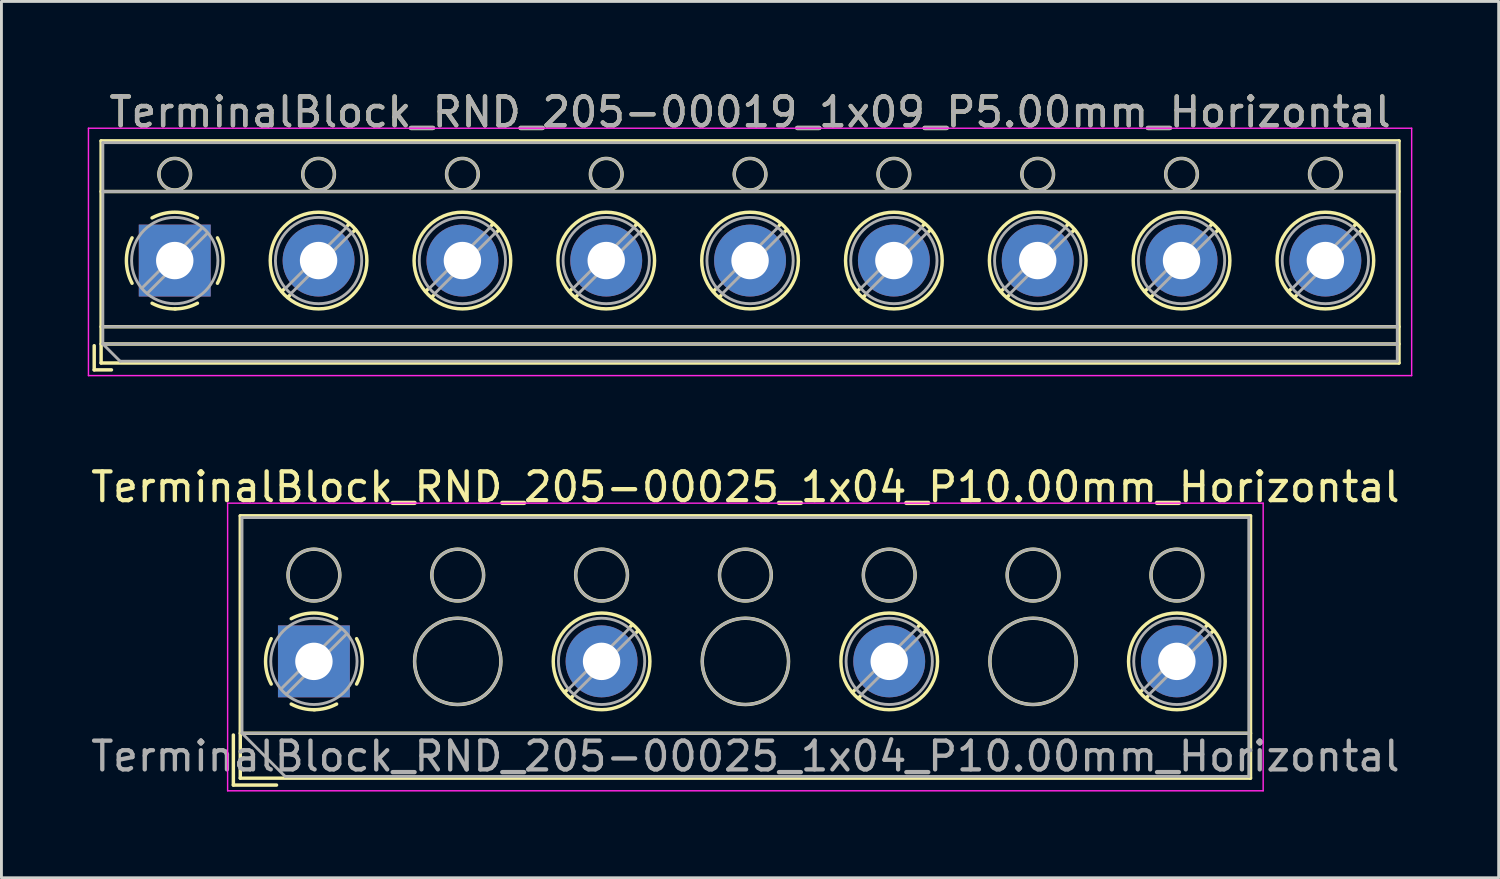
<source format=kicad_pcb>
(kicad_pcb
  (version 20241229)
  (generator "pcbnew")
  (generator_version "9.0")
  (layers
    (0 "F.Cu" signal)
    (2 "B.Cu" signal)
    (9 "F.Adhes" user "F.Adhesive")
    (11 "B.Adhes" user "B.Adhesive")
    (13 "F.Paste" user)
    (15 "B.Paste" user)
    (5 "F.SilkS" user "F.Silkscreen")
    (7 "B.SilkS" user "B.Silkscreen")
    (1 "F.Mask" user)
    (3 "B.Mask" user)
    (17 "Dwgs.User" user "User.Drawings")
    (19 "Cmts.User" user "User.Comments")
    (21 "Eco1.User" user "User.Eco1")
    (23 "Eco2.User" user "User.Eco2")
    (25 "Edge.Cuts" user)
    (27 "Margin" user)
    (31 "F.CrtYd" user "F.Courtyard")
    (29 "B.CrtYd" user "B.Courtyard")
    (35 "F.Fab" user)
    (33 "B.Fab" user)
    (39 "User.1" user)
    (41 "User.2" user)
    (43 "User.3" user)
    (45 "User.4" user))
  (footprint "TerminalBlock_RND_205-00025_1x04_P10.00mm_Horizontal"
    (layer "F.Cu")
    (at 7.863 19.942)
    (property "Reference" "TerminalBlock_RND_205-00025_1x04_P10.00mm_Horizontal" (at 15 -6.06 0) (layer "F.SilkS") (effects (font (size 1 1) (thickness 0.15))))
    (attr through_hole)
    (fp_line (start -2.8 2.56) (end -2.8 4.3) (stroke (width 0.12) (type solid)) (layer "F.SilkS"))
    (fp_line (start -2.8 4.3) (end -1.3 4.3) (stroke (width 0.12) (type solid)) (layer "F.SilkS"))
    (fp_line (start -2.56 -5.06) (end -2.56 4.06) (stroke (width 0.12) (type solid)) (layer "F.SilkS"))
    (fp_line (start -2.56 -5.06) (end 32.56 -5.06) (stroke (width 0.12) (type solid)) (layer "F.SilkS"))
    (fp_line (start -2.56 2.5) (end 32.56 2.5) (stroke (width 0.12) (type solid)) (layer "F.SilkS"))
    (fp_line (start -2.56 4.06) (end 32.56 4.06) (stroke (width 0.12) (type solid)) (layer "F.SilkS"))
    (fp_line (start 8.82 0.976) (end 8.726 1.069) (stroke (width 0.12) (type solid)) (layer "F.SilkS"))
    (fp_line (start 8.99 1.216) (end 8.931 1.274) (stroke (width 0.12) (type solid)) (layer "F.SilkS"))
    (fp_line (start 11.07 -1.275) (end 11.011 -1.216) (stroke (width 0.12) (type solid)) (layer "F.SilkS"))
    (fp_line (start 11.275 -1.069) (end 11.181 -0.976) (stroke (width 0.12) (type solid)) (layer "F.SilkS"))
    (fp_line (start 18.82 0.976) (end 18.726 1.069) (stroke (width 0.12) (type solid)) (layer "F.SilkS"))
    (fp_line (start 18.99 1.216) (end 18.931 1.274) (stroke (width 0.12) (type solid)) (layer "F.SilkS"))
    (fp_line (start 21.07 -1.275) (end 21.011 -1.216) (stroke (width 0.12) (type solid)) (layer "F.SilkS"))
    (fp_line (start 21.275 -1.069) (end 21.181 -0.976) (stroke (width 0.12) (type solid)) (layer "F.SilkS"))
    (fp_line (start 28.82 0.976) (end 28.726 1.069) (stroke (width 0.12) (type solid)) (layer "F.SilkS"))
    (fp_line (start 28.99 1.216) (end 28.931 1.274) (stroke (width 0.12) (type solid)) (layer "F.SilkS"))
    (fp_line (start 31.07 -1.275) (end 31.011 -1.216) (stroke (width 0.12) (type solid)) (layer "F.SilkS"))
    (fp_line (start 31.275 -1.069) (end 31.181 -0.976) (stroke (width 0.12) (type solid)) (layer "F.SilkS"))
    (fp_line (start 32.56 -5.06) (end 32.56 4.06) (stroke (width 0.12) (type solid)) (layer "F.SilkS"))
    (fp_arc (start -1.483953 0.789089) (mid -1.680708 0.00005) (end -1.484 -0.789) (stroke (width 0.12) (type solid)) (layer "F.SilkS"))
    (fp_arc (start -0.789089 -1.483953) (mid -0.00005 -1.680708) (end 0.789 -1.484) (stroke (width 0.12) (type solid)) (layer "F.SilkS"))
    (fp_arc (start 0.029383 1.68045) (mid -0.392304 1.634281) (end -0.789 1.484) (stroke (width 0.12) (type solid)) (layer "F.SilkS"))
    (fp_arc (start 0.788712 1.483352) (mid 0.406429 1.630097) (end 0 1.68) (stroke (width 0.12) (type solid)) (layer "F.SilkS"))
    (fp_arc (start 1.483953 -0.789089) (mid 1.680708 -0.00005) (end 1.484 0.789) (stroke (width 0.12) (type solid)) (layer "F.SilkS"))
    (fp_circle (center 0 -3) (end 0.9 -3) (stroke (width 0.12) (type solid)) (fill no) (layer "F.SilkS"))
    (fp_circle (center 5 -3) (end 5.9 -3) (stroke (width 0.12) (type solid)) (fill no) (layer "F.SilkS"))
    (fp_circle (center 5 0) (end 6.5 0) (stroke (width 0.12) (type solid)) (fill no) (layer "F.SilkS"))
    (fp_circle (center 10 -3) (end 10.9 -3) (stroke (width 0.12) (type solid)) (fill no) (layer "F.SilkS"))
    (fp_circle (center 10 0) (end 11.68 0) (stroke (width 0.12) (type solid)) (fill no) (layer "F.SilkS"))
    (fp_circle (center 15 -3) (end 15.9 -3) (stroke (width 0.12) (type solid)) (fill no) (layer "F.SilkS"))
    (fp_circle (center 15 0) (end 16.5 0) (stroke (width 0.12) (type solid)) (fill no) (layer "F.SilkS"))
    (fp_circle (center 20 -3) (end 20.9 -3) (stroke (width 0.12) (type solid)) (fill no) (layer "F.SilkS"))
    (fp_circle (center 20 0) (end 21.68 0) (stroke (width 0.12) (type solid)) (fill no) (layer "F.SilkS"))
    (fp_circle (center 25 -3) (end 25.9 -3) (stroke (width 0.12) (type solid)) (fill no) (layer "F.SilkS"))
    (fp_circle (center 25 0) (end 26.5 0) (stroke (width 0.12) (type solid)) (fill no) (layer "F.SilkS"))
    (fp_circle (center 30 -3) (end 30.9 -3) (stroke (width 0.12) (type solid)) (fill no) (layer "F.SilkS"))
    (fp_circle (center 30 0) (end 31.68 0) (stroke (width 0.12) (type solid)) (fill no) (layer "F.SilkS"))
    (fp_line (start -3 -5.5) (end -3 4.5) (stroke (width 0.05) (type solid)) (layer "F.CrtYd"))
    (fp_line (start -3 4.5) (end 33 4.5) (stroke (width 0.05) (type solid)) (layer "F.CrtYd"))
    (fp_line (start 33 -5.5) (end -3 -5.5) (stroke (width 0.05) (type solid)) (layer "F.CrtYd"))
    (fp_line (start 33 4.5) (end 33 -5.5) (stroke (width 0.05) (type solid)) (layer "F.CrtYd"))
    (fp_line (start -2.5 -5) (end 32.5 -5) (stroke (width 0.1) (type solid)) (layer "F.Fab"))
    (fp_line (start -2.5 2.5) (end -2.5 -5) (stroke (width 0.1) (type solid)) (layer "F.Fab"))
    (fp_line (start -2.5 2.5) (end 32.5 2.5) (stroke (width 0.1) (type solid)) (layer "F.Fab"))
    (fp_line (start -1 4) (end -2.5 2.5) (stroke (width 0.1) (type solid)) (layer "F.Fab"))
    (fp_line (start 0.955 -1.138) (end -1.138 0.955) (stroke (width 0.1) (type solid)) (layer "F.Fab"))
    (fp_line (start 1.138 -0.955) (end -0.955 1.138) (stroke (width 0.1) (type solid)) (layer "F.Fab"))
    (fp_line (start 10.955 -1.138) (end 8.863 0.955) (stroke (width 0.1) (type solid)) (layer "F.Fab"))
    (fp_line (start 11.138 -0.955) (end 9.046 1.138) (stroke (width 0.1) (type solid)) (layer "F.Fab"))
    (fp_line (start 20.955 -1.138) (end 18.863 0.955) (stroke (width 0.1) (type solid)) (layer "F.Fab"))
    (fp_line (start 21.138 -0.955) (end 19.046 1.138) (stroke (width 0.1) (type solid)) (layer "F.Fab"))
    (fp_line (start 30.955 -1.138) (end 28.863 0.955) (stroke (width 0.1) (type solid)) (layer "F.Fab"))
    (fp_line (start 31.138 -0.955) (end 29.046 1.138) (stroke (width 0.1) (type solid)) (layer "F.Fab"))
    (fp_line (start 32.5 -5) (end 32.5 4) (stroke (width 0.1) (type solid)) (layer "F.Fab"))
    (fp_line (start 32.5 4) (end -1 4) (stroke (width 0.1) (type solid)) (layer "F.Fab"))
    (fp_circle (center 0 -3) (end 0.9 -3) (stroke (width 0.1) (type solid)) (fill no) (layer "F.Fab"))
    (fp_circle (center 0 0) (end 1.5 0) (stroke (width 0.1) (type solid)) (fill no) (layer "F.Fab"))
    (fp_circle (center 5 -3) (end 5.9 -3) (stroke (width 0.1) (type solid)) (fill no) (layer "F.Fab"))
    (fp_circle (center 5 0) (end 6.5 0) (stroke (width 0.1) (type solid)) (fill no) (layer "F.Fab"))
    (fp_circle (center 10 -3) (end 10.9 -3) (stroke (width 0.1) (type solid)) (fill no) (layer "F.Fab"))
    (fp_circle (center 10 0) (end 11.5 0) (stroke (width 0.1) (type solid)) (fill no) (layer "F.Fab"))
    (fp_circle (center 15 -3) (end 15.9 -3) (stroke (width 0.1) (type solid)) (fill no) (layer "F.Fab"))
    (fp_circle (center 15 0) (end 16.5 0) (stroke (width 0.1) (type solid)) (fill no) (layer "F.Fab"))
    (fp_circle (center 20 -3) (end 20.9 -3) (stroke (width 0.1) (type solid)) (fill no) (layer "F.Fab"))
    (fp_circle (center 20 0) (end 21.5 0) (stroke (width 0.1) (type solid)) (fill no) (layer "F.Fab"))
    (fp_circle (center 25 -3) (end 25.9 -3) (stroke (width 0.1) (type solid)) (fill no) (layer "F.Fab"))
    (fp_circle (center 25 0) (end 26.5 0) (stroke (width 0.1) (type solid)) (fill no) (layer "F.Fab"))
    (fp_circle (center 30 -3) (end 30.9 -3) (stroke (width 0.1) (type solid)) (fill no) (layer "F.Fab"))
    (fp_circle (center 30 0) (end 31.5 0) (stroke (width 0.1) (type solid)) (fill no) (layer "F.Fab"))
    (fp_text user "${REFERENCE}" (at 15 3.3 0) (layer "F.Fab") (effects (font (size 1 1) (thickness 0.15))))
    (pad "1" thru_hole rect (at 0 0) (size 2.5 2.5) (drill 1.3) (layers "*.Cu" "*.Mask"))
    (pad "2" thru_hole circle (at 10 0) (size 2.5 2.5) (drill 1.3) (layers "*.Cu" "*.Mask"))
    (pad "3" thru_hole circle (at 20 0) (size 2.5 2.5) (drill 1.3) (layers "*.Cu" "*.Mask"))
    (pad "4" thru_hole circle (at 30 0) (size 2.5 2.5) (drill 1.3) (layers "*.Cu" "*.Mask")))
  (footprint "TerminalBlock_RND_205-00019_1x09_P5.00mm_Horizontal"
    (layer "F.Cu")
    (at 3.025 6.008)
    (property "Reference" "TerminalBlock_RND_205-00019_1x09_P5.00mm_Horizontal" (at 20 -5.16 0) (layer "F.SilkS") (effects (font (size 1 1) (thickness 0.15))))
    (attr through_hole)
    (fp_line (start -2.8 2.96) (end -2.8 3.8) (stroke (width 0.12) (type solid)) (layer "F.SilkS"))
    (fp_line (start -2.8 3.8) (end -2.2 3.8) (stroke (width 0.12) (type solid)) (layer "F.SilkS"))
    (fp_line (start -2.56 -4.16) (end -2.56 3.561) (stroke (width 0.12) (type solid)) (layer "F.SilkS"))
    (fp_line (start -2.56 -4.16) (end 42.56 -4.16) (stroke (width 0.12) (type solid)) (layer "F.SilkS"))
    (fp_line (start -2.56 -2.4) (end 42.56 -2.4) (stroke (width 0.12) (type solid)) (layer "F.SilkS"))
    (fp_line (start -2.56 2.3) (end 42.56 2.3) (stroke (width 0.12) (type solid)) (layer "F.SilkS"))
    (fp_line (start -2.56 2.9) (end 42.56 2.9) (stroke (width 0.12) (type solid)) (layer "F.SilkS"))
    (fp_line (start -2.56 3.561) (end 42.56 3.561) (stroke (width 0.12) (type solid)) (layer "F.SilkS"))
    (fp_line (start 3.82 0.976) (end 3.726 1.069) (stroke (width 0.12) (type solid)) (layer "F.SilkS"))
    (fp_line (start 3.99 1.216) (end 3.931 1.274) (stroke (width 0.12) (type solid)) (layer "F.SilkS"))
    (fp_line (start 6.07 -1.275) (end 6.011 -1.216) (stroke (width 0.12) (type solid)) (layer "F.SilkS"))
    (fp_line (start 6.275 -1.069) (end 6.181 -0.976) (stroke (width 0.12) (type solid)) (layer "F.SilkS"))
    (fp_line (start 8.82 0.976) (end 8.726 1.069) (stroke (width 0.12) (type solid)) (layer "F.SilkS"))
    (fp_line (start 8.99 1.216) (end 8.931 1.274) (stroke (width 0.12) (type solid)) (layer "F.SilkS"))
    (fp_line (start 11.07 -1.275) (end 11.011 -1.216) (stroke (width 0.12) (type solid)) (layer "F.SilkS"))
    (fp_line (start 11.275 -1.069) (end 11.181 -0.976) (stroke (width 0.12) (type solid)) (layer "F.SilkS"))
    (fp_line (start 13.82 0.976) (end 13.726 1.069) (stroke (width 0.12) (type solid)) (layer "F.SilkS"))
    (fp_line (start 13.99 1.216) (end 13.931 1.274) (stroke (width 0.12) (type solid)) (layer "F.SilkS"))
    (fp_line (start 16.07 -1.275) (end 16.011 -1.216) (stroke (width 0.12) (type solid)) (layer "F.SilkS"))
    (fp_line (start 16.275 -1.069) (end 16.181 -0.976) (stroke (width 0.12) (type solid)) (layer "F.SilkS"))
    (fp_line (start 18.82 0.976) (end 18.726 1.069) (stroke (width 0.12) (type solid)) (layer "F.SilkS"))
    (fp_line (start 18.99 1.216) (end 18.931 1.274) (stroke (width 0.12) (type solid)) (layer "F.SilkS"))
    (fp_line (start 21.07 -1.275) (end 21.011 -1.216) (stroke (width 0.12) (type solid)) (layer "F.SilkS"))
    (fp_line (start 21.275 -1.069) (end 21.181 -0.976) (stroke (width 0.12) (type solid)) (layer "F.SilkS"))
    (fp_line (start 23.82 0.976) (end 23.726 1.069) (stroke (width 0.12) (type solid)) (layer "F.SilkS"))
    (fp_line (start 23.99 1.216) (end 23.931 1.274) (stroke (width 0.12) (type solid)) (layer "F.SilkS"))
    (fp_line (start 26.07 -1.275) (end 26.011 -1.216) (stroke (width 0.12) (type solid)) (layer "F.SilkS"))
    (fp_line (start 26.275 -1.069) (end 26.181 -0.976) (stroke (width 0.12) (type solid)) (layer "F.SilkS"))
    (fp_line (start 28.82 0.976) (end 28.726 1.069) (stroke (width 0.12) (type solid)) (layer "F.SilkS"))
    (fp_line (start 28.99 1.216) (end 28.931 1.274) (stroke (width 0.12) (type solid)) (layer "F.SilkS"))
    (fp_line (start 31.07 -1.275) (end 31.011 -1.216) (stroke (width 0.12) (type solid)) (layer "F.SilkS"))
    (fp_line (start 31.275 -1.069) (end 31.181 -0.976) (stroke (width 0.12) (type solid)) (layer "F.SilkS"))
    (fp_line (start 33.82 0.976) (end 33.726 1.069) (stroke (width 0.12) (type solid)) (layer "F.SilkS"))
    (fp_line (start 33.99 1.216) (end 33.931 1.274) (stroke (width 0.12) (type solid)) (layer "F.SilkS"))
    (fp_line (start 36.07 -1.275) (end 36.011 -1.216) (stroke (width 0.12) (type solid)) (layer "F.SilkS"))
    (fp_line (start 36.275 -1.069) (end 36.181 -0.976) (stroke (width 0.12) (type solid)) (layer "F.SilkS"))
    (fp_line (start 38.82 0.976) (end 38.726 1.069) (stroke (width 0.12) (type solid)) (layer "F.SilkS"))
    (fp_line (start 38.99 1.216) (end 38.931 1.274) (stroke (width 0.12) (type solid)) (layer "F.SilkS"))
    (fp_line (start 41.07 -1.275) (end 41.011 -1.216) (stroke (width 0.12) (type solid)) (layer "F.SilkS"))
    (fp_line (start 41.275 -1.069) (end 41.181 -0.976) (stroke (width 0.12) (type solid)) (layer "F.SilkS"))
    (fp_line (start 42.56 -4.16) (end 42.56 3.561) (stroke (width 0.12) (type solid)) (layer "F.SilkS"))
    (fp_arc (start -1.483953 0.789089) (mid -1.680708 0.00005) (end -1.484 -0.789) (stroke (width 0.12) (type solid)) (layer "F.SilkS"))
    (fp_arc (start -0.789089 -1.483953) (mid -0.00005 -1.680708) (end 0.789 -1.484) (stroke (width 0.12) (type solid)) (layer "F.SilkS"))
    (fp_arc (start 0.029383 1.68045) (mid -0.392304 1.634281) (end -0.789 1.484) (stroke (width 0.12) (type solid)) (layer "F.SilkS"))
    (fp_arc (start 0.788712 1.483352) (mid 0.406429 1.630097) (end 0 1.68) (stroke (width 0.12) (type solid)) (layer "F.SilkS"))
    (fp_arc (start 1.483953 -0.789089) (mid 1.680708 -0.00005) (end 1.484 0.789) (stroke (width 0.12) (type solid)) (layer "F.SilkS"))
    (fp_circle (center 0 -3) (end 0.55 -3) (stroke (width 0.12) (type solid)) (fill no) (layer "F.SilkS"))
    (fp_circle (center 5 -3) (end 5.55 -3) (stroke (width 0.12) (type solid)) (fill no) (layer "F.SilkS"))
    (fp_circle (center 5 0) (end 6.68 0) (stroke (width 0.12) (type solid)) (fill no) (layer "F.SilkS"))
    (fp_circle (center 10 -3) (end 10.55 -3) (stroke (width 0.12) (type solid)) (fill no) (layer "F.SilkS"))
    (fp_circle (center 10 0) (end 11.68 0) (stroke (width 0.12) (type solid)) (fill no) (layer "F.SilkS"))
    (fp_circle (center 15 -3) (end 15.55 -3) (stroke (width 0.12) (type solid)) (fill no) (layer "F.SilkS"))
    (fp_circle (center 15 0) (end 16.68 0) (stroke (width 0.12) (type solid)) (fill no) (layer "F.SilkS"))
    (fp_circle (center 20 -3) (end 20.55 -3) (stroke (width 0.12) (type solid)) (fill no) (layer "F.SilkS"))
    (fp_circle (center 20 0) (end 21.68 0) (stroke (width 0.12) (type solid)) (fill no) (layer "F.SilkS"))
    (fp_circle (center 25 -3) (end 25.55 -3) (stroke (width 0.12) (type solid)) (fill no) (layer "F.SilkS"))
    (fp_circle (center 25 0) (end 26.68 0) (stroke (width 0.12) (type solid)) (fill no) (layer "F.SilkS"))
    (fp_circle (center 30 -3) (end 30.55 -3) (stroke (width 0.12) (type solid)) (fill no) (layer "F.SilkS"))
    (fp_circle (center 30 0) (end 31.68 0) (stroke (width 0.12) (type solid)) (fill no) (layer "F.SilkS"))
    (fp_circle (center 35 -3) (end 35.55 -3) (stroke (width 0.12) (type solid)) (fill no) (layer "F.SilkS"))
    (fp_circle (center 35 0) (end 36.68 0) (stroke (width 0.12) (type solid)) (fill no) (layer "F.SilkS"))
    (fp_circle (center 40 -3) (end 40.55 -3) (stroke (width 0.12) (type solid)) (fill no) (layer "F.SilkS"))
    (fp_circle (center 40 0) (end 41.68 0) (stroke (width 0.12) (type solid)) (fill no) (layer "F.SilkS"))
    (fp_line (start -3 -4.6) (end -3 4) (stroke (width 0.05) (type solid)) (layer "F.CrtYd"))
    (fp_line (start -3 4) (end 43 4) (stroke (width 0.05) (type solid)) (layer "F.CrtYd"))
    (fp_line (start 43 -4.6) (end -3 -4.6) (stroke (width 0.05) (type solid)) (layer "F.CrtYd"))
    (fp_line (start 43 4) (end 43 -4.6) (stroke (width 0.05) (type solid)) (layer "F.CrtYd"))
    (fp_line (start -2.5 -4.1) (end 42.5 -4.1) (stroke (width 0.1) (type solid)) (layer "F.Fab"))
    (fp_line (start -2.5 -2.4) (end 42.5 -2.4) (stroke (width 0.1) (type solid)) (layer "F.Fab"))
    (fp_line (start -2.5 2.3) (end 42.5 2.3) (stroke (width 0.1) (type solid)) (layer "F.Fab"))
    (fp_line (start -2.5 2.9) (end -2.5 -4.1) (stroke (width 0.1) (type solid)) (layer "F.Fab"))
    (fp_line (start -2.5 2.9) (end 42.5 2.9) (stroke (width 0.1) (type solid)) (layer "F.Fab"))
    (fp_line (start -1.9 3.5) (end -2.5 2.9) (stroke (width 0.1) (type solid)) (layer "F.Fab"))
    (fp_line (start 0.955 -1.138) (end -1.138 0.955) (stroke (width 0.1) (type solid)) (layer "F.Fab"))
    (fp_line (start 1.138 -0.955) (end -0.955 1.138) (stroke (width 0.1) (type solid)) (layer "F.Fab"))
    (fp_line (start 5.955 -1.138) (end 3.863 0.955) (stroke (width 0.1) (type solid)) (layer "F.Fab"))
    (fp_line (start 6.138 -0.955) (end 4.046 1.138) (stroke (width 0.1) (type solid)) (layer "F.Fab"))
    (fp_line (start 10.955 -1.138) (end 8.863 0.955) (stroke (width 0.1) (type solid)) (layer "F.Fab"))
    (fp_line (start 11.138 -0.955) (end 9.046 1.138) (stroke (width 0.1) (type solid)) (layer "F.Fab"))
    (fp_line (start 15.955 -1.138) (end 13.863 0.955) (stroke (width 0.1) (type solid)) (layer "F.Fab"))
    (fp_line (start 16.138 -0.955) (end 14.046 1.138) (stroke (width 0.1) (type solid)) (layer "F.Fab"))
    (fp_line (start 20.955 -1.138) (end 18.863 0.955) (stroke (width 0.1) (type solid)) (layer "F.Fab"))
    (fp_line (start 21.138 -0.955) (end 19.046 1.138) (stroke (width 0.1) (type solid)) (layer "F.Fab"))
    (fp_line (start 25.955 -1.138) (end 23.863 0.955) (stroke (width 0.1) (type solid)) (layer "F.Fab"))
    (fp_line (start 26.138 -0.955) (end 24.046 1.138) (stroke (width 0.1) (type solid)) (layer "F.Fab"))
    (fp_line (start 30.955 -1.138) (end 28.863 0.955) (stroke (width 0.1) (type solid)) (layer "F.Fab"))
    (fp_line (start 31.138 -0.955) (end 29.046 1.138) (stroke (width 0.1) (type solid)) (layer "F.Fab"))
    (fp_line (start 35.955 -1.138) (end 33.863 0.955) (stroke (width 0.1) (type solid)) (layer "F.Fab"))
    (fp_line (start 36.138 -0.955) (end 34.046 1.138) (stroke (width 0.1) (type solid)) (layer "F.Fab"))
    (fp_line (start 40.955 -1.138) (end 38.863 0.955) (stroke (width 0.1) (type solid)) (layer "F.Fab"))
    (fp_line (start 41.138 -0.955) (end 39.046 1.138) (stroke (width 0.1) (type solid)) (layer "F.Fab"))
    (fp_line (start 42.5 -4.1) (end 42.5 3.5) (stroke (width 0.1) (type solid)) (layer "F.Fab"))
    (fp_line (start 42.5 3.5) (end -1.9 3.5) (stroke (width 0.1) (type solid)) (layer "F.Fab"))
    (fp_circle (center 0 -3) (end 0.55 -3) (stroke (width 0.1) (type solid)) (fill no) (layer "F.Fab"))
    (fp_circle (center 0 0) (end 1.5 0) (stroke (width 0.1) (type solid)) (fill no) (layer "F.Fab"))
    (fp_circle (center 5 -3) (end 5.55 -3) (stroke (width 0.1) (type solid)) (fill no) (layer "F.Fab"))
    (fp_circle (center 5 0) (end 6.5 0) (stroke (width 0.1) (type solid)) (fill no) (layer "F.Fab"))
    (fp_circle (center 10 -3) (end 10.55 -3) (stroke (width 0.1) (type solid)) (fill no) (layer "F.Fab"))
    (fp_circle (center 10 0) (end 11.5 0) (stroke (width 0.1) (type solid)) (fill no) (layer "F.Fab"))
    (fp_circle (center 15 -3) (end 15.55 -3) (stroke (width 0.1) (type solid)) (fill no) (layer "F.Fab"))
    (fp_circle (center 15 0) (end 16.5 0) (stroke (width 0.1) (type solid)) (fill no) (layer "F.Fab"))
    (fp_circle (center 20 -3) (end 20.55 -3) (stroke (width 0.1) (type solid)) (fill no) (layer "F.Fab"))
    (fp_circle (center 20 0) (end 21.5 0) (stroke (width 0.1) (type solid)) (fill no) (layer "F.Fab"))
    (fp_circle (center 25 -3) (end 25.55 -3) (stroke (width 0.1) (type solid)) (fill no) (layer "F.Fab"))
    (fp_circle (center 25 0) (end 26.5 0) (stroke (width 0.1) (type solid)) (fill no) (layer "F.Fab"))
    (fp_circle (center 30 -3) (end 30.55 -3) (stroke (width 0.1) (type solid)) (fill no) (layer "F.Fab"))
    (fp_circle (center 30 0) (end 31.5 0) (stroke (width 0.1) (type solid)) (fill no) (layer "F.Fab"))
    (fp_circle (center 35 -3) (end 35.55 -3) (stroke (width 0.1) (type solid)) (fill no) (layer "F.Fab"))
    (fp_circle (center 35 0) (end 36.5 0) (stroke (width 0.1) (type solid)) (fill no) (layer "F.Fab"))
    (fp_circle (center 40 -3) (end 40.55 -3) (stroke (width 0.1) (type solid)) (fill no) (layer "F.Fab"))
    (fp_circle (center 40 0) (end 41.5 0) (stroke (width 0.1) (type solid)) (fill no) (layer "F.Fab"))
    (fp_text user "${REFERENCE}" (at 20 -5.16 0) (layer "F.Fab") (effects (font (size 1 1) (thickness 0.15))))
    (pad "1" thru_hole rect (at 0 0) (size 2.5 2.5) (drill 1.3) (layers "*.Cu" "*.Mask"))
    (pad "2" thru_hole circle (at 5 0) (size 2.5 2.5) (drill 1.3) (layers "*.Cu" "*.Mask"))
    (pad "3" thru_hole circle (at 10 0) (size 2.5 2.5) (drill 1.3) (layers "*.Cu" "*.Mask"))
    (pad "4" thru_hole circle (at 15 0) (size 2.5 2.5) (drill 1.3) (layers "*.Cu" "*.Mask"))
    (pad "5" thru_hole circle (at 20 0) (size 2.5 2.5) (drill 1.3) (layers "*.Cu" "*.Mask"))
    (pad "6" thru_hole circle (at 25 0) (size 2.5 2.5) (drill 1.3) (layers "*.Cu" "*.Mask"))
    (pad "7" thru_hole circle (at 30 0) (size 2.5 2.5) (drill 1.3) (layers "*.Cu" "*.Mask"))
    (pad "8" thru_hole circle (at 35 0) (size 2.5 2.5) (drill 1.3) (layers "*.Cu" "*.Mask"))
    (pad "9" thru_hole circle (at 40 0) (size 2.5 2.5) (drill 1.3) (layers "*.Cu" "*.Mask")))
  (gr_rect
    (start -3 -3)
    (end 49.05 27.466)
    (stroke (width 0.1) (type default))
    (fill no)
    (layer "Edge.Cuts")))
</source>
